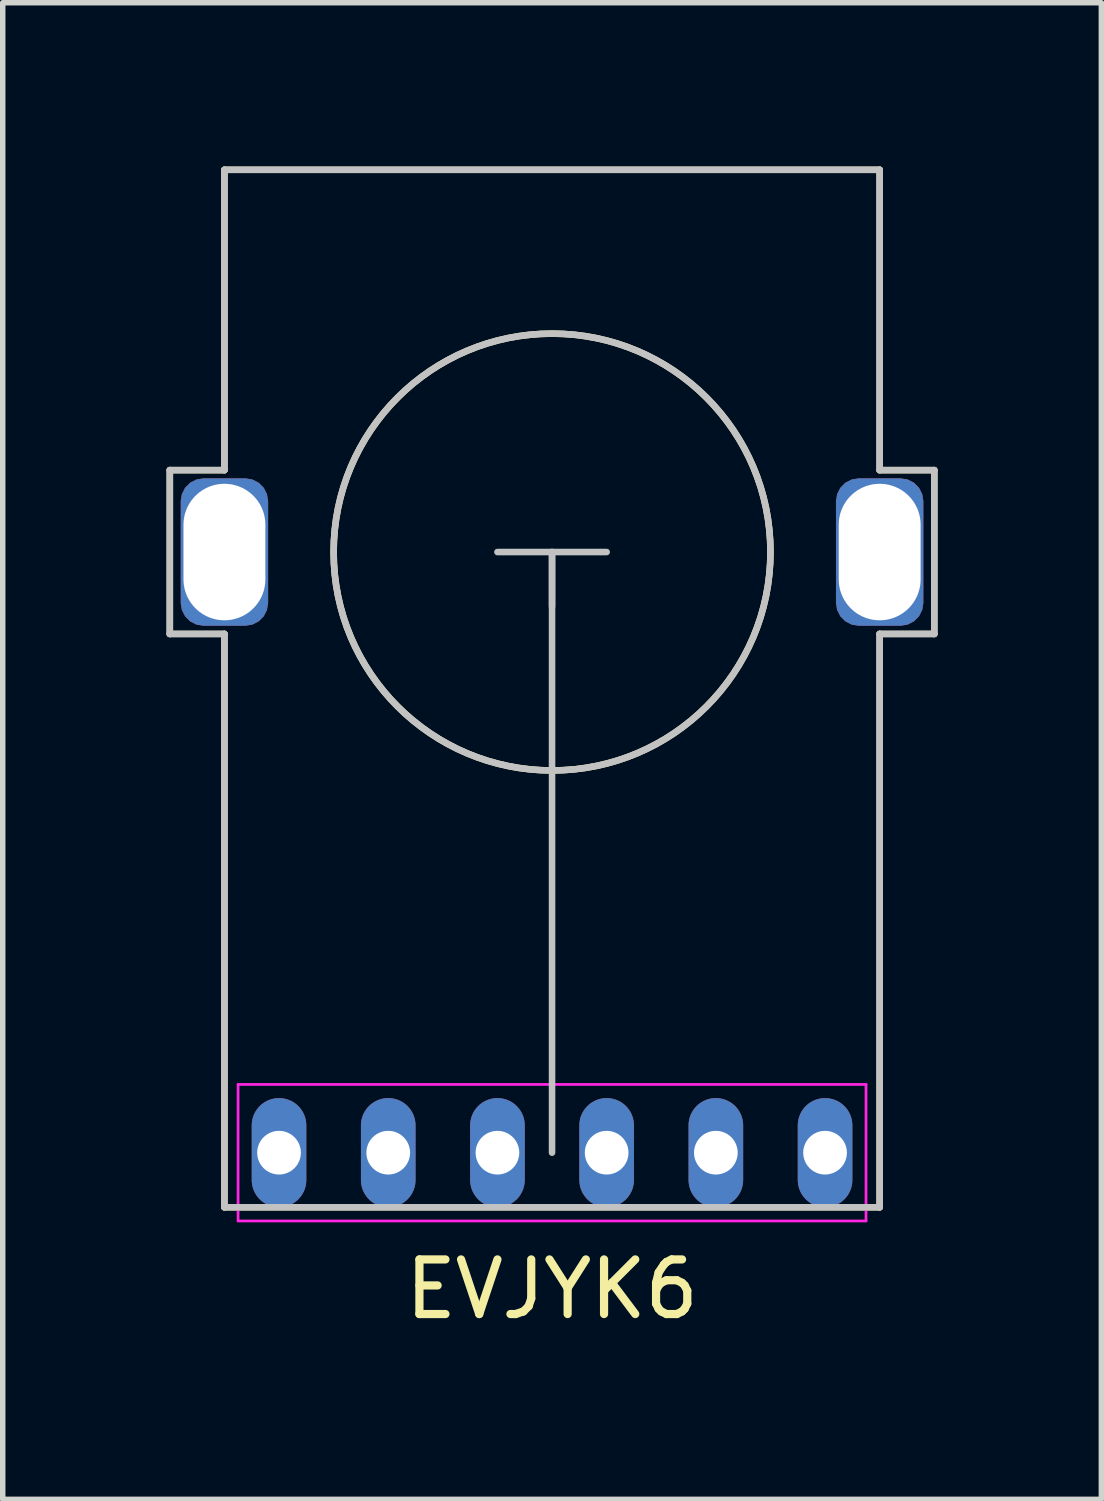
<source format=kicad_pcb>
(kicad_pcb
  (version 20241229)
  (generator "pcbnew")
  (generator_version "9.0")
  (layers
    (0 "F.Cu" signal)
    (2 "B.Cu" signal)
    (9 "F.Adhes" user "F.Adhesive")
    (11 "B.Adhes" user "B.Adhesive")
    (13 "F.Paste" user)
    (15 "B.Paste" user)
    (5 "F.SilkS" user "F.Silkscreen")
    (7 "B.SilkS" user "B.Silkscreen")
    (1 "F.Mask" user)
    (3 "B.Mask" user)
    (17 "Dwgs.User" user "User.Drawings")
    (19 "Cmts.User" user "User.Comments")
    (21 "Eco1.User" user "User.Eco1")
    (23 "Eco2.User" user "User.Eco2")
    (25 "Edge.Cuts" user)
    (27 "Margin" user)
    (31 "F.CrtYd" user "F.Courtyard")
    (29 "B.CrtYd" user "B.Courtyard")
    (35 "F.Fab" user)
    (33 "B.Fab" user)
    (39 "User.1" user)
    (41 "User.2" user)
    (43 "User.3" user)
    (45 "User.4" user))
  (footprint "EVJYK6"
    (layer "F.Cu")
    (at 7.06 18.06)
    (property "Reference" "EVJYK6" (at 0 2.5 0) (layer "F.SilkS") (effects (font (size 1 1) (thickness 0.15))))
    (attr through_hole)
    (fp_line (start -7 -12.5) (end -7 -9.5) (stroke (width 0.12) (type solid)) (layer "F.SilkS"))
    (fp_line (start -7 -9.5) (end -6 -9.5) (stroke (width 0.12) (type solid)) (layer "F.SilkS"))
    (fp_line (start -6 -18) (end -6 -12.5) (stroke (width 0.12) (type solid)) (layer "F.SilkS"))
    (fp_line (start -6 -18) (end 6 -18) (stroke (width 0.12) (type solid)) (layer "F.SilkS"))
    (fp_line (start -6 -12.5) (end -7 -12.5) (stroke (width 0.12) (type solid)) (layer "F.SilkS"))
    (fp_line (start -6 1) (end -6 -9.5) (stroke (width 0.12) (type solid)) (layer "F.SilkS"))
    (fp_line (start 6 -12.5) (end 6 -18) (stroke (width 0.12) (type solid)) (layer "F.SilkS"))
    (fp_line (start 6 -9.5) (end 6 1) (stroke (width 0.12) (type solid)) (layer "F.SilkS"))
    (fp_line (start 6 -9.5) (end 7 -9.5) (stroke (width 0.12) (type solid)) (layer "F.SilkS"))
    (fp_line (start 6 1) (end -6 1) (stroke (width 0.12) (type solid)) (layer "F.SilkS"))
    (fp_line (start 7 -12.5) (end 6 -12.5) (stroke (width 0.12) (type solid)) (layer "F.SilkS"))
    (fp_line (start 7 -9.5) (end 7 -12.5) (stroke (width 0.12) (type solid)) (layer "F.SilkS"))
    (fp_circle (center 0 -11) (end 4 -11) (stroke (width 0.12) (type solid)) (fill no) (layer "F.SilkS"))
    (fp_line (start -7 -12.5) (end -6 -12.5) (stroke (width 0.12) (type solid)) (layer "Dwgs.User"))
    (fp_line (start -7 -9.5) (end -7 -12.5) (stroke (width 0.12) (type solid)) (layer "Dwgs.User"))
    (fp_line (start -6 -12.5) (end -6 -18) (stroke (width 0.12) (type solid)) (layer "Dwgs.User"))
    (fp_line (start -6 -9.5) (end -7 -9.5) (stroke (width 0.12) (type solid)) (layer "Dwgs.User"))
    (fp_line (start -6 -9.5) (end -6 1) (stroke (width 0.12) (type solid)) (layer "Dwgs.User"))
    (fp_line (start -6 1) (end 6 1) (stroke (width 0.12) (type solid)) (layer "Dwgs.User"))
    (fp_line (start -1 -11) (end 1 -11) (stroke (width 0.12) (type solid)) (layer "Dwgs.User"))
    (fp_line (start 0 -11) (end 0 -10) (stroke (width 0.12) (type solid)) (layer "Dwgs.User"))
    (fp_line (start 0 0) (end 0 -11) (stroke (width 0.12) (type solid)) (layer "Dwgs.User"))
    (fp_line (start 6 -18) (end -6 -18) (stroke (width 0.12) (type solid)) (layer "Dwgs.User"))
    (fp_line (start 6 -12.5) (end 6 -18) (stroke (width 0.12) (type solid)) (layer "Dwgs.User"))
    (fp_line (start 6 -9.5) (end 7 -9.5) (stroke (width 0.12) (type solid)) (layer "Dwgs.User"))
    (fp_line (start 6 1) (end 6 -9.5) (stroke (width 0.12) (type solid)) (layer "Dwgs.User"))
    (fp_line (start 7 -12.5) (end 6 -12.5) (stroke (width 0.12) (type solid)) (layer "Dwgs.User"))
    (fp_line (start 7 -9.5) (end 7 -12.5) (stroke (width 0.12) (type solid)) (layer "Dwgs.User"))
    (fp_circle (center 0 -11) (end 4 -11) (stroke (width 0.12) (type solid)) (fill no) (layer "Dwgs.User"))
    (fp_line (start -5.75 -1.25) (end 5.75 -1.25) (stroke (width 0.05) (type solid)) (layer "F.CrtYd"))
    (fp_line (start -5.75 1.25) (end -5.75 -1.25) (stroke (width 0.05) (type solid)) (layer "F.CrtYd"))
    (fp_line (start 5.75 -1.25) (end 5.75 1.25) (stroke (width 0.05) (type solid)) (layer "F.CrtYd"))
    (fp_line (start 5.75 1.25) (end -5.75 1.25) (stroke (width 0.05) (type solid)) (layer "F.CrtYd"))
    (pad "" thru_hole roundrect (at -6 -11) (size 1.6 2.7) (drill oval 1.5 2.5) (layers "*.Cu" "*.Mask") (roundrect_rratio 0.262))
    (pad "" thru_hole roundrect (at 6 -11) (size 1.6 2.7) (drill oval 1.5 2.5) (layers "*.Cu" "*.Mask") (roundrect_rratio 0.262))
    (pad "1" thru_hole oval (at 5 0) (size 1 2) (drill 0.8) (layers "*.Cu" "*.Mask"))
    (pad "2" thru_hole oval (at -5 0) (size 1 2) (drill 0.8) (layers "*.Cu" "*.Mask"))
    (pad "3" thru_hole oval (at -3 0) (size 1 2) (drill 0.8) (layers "*.Cu" "*.Mask"))
    (pad "4" thru_hole oval (at -1 0) (size 1 2) (drill 0.8) (layers "*.Cu" "*.Mask"))
    (pad "5" thru_hole oval (at 1 0) (size 1 2) (drill 0.8) (layers "*.Cu" "*.Mask"))
    (pad "6" thru_hole oval (at 3 0) (size 1 2) (drill 0.8) (layers "*.Cu" "*.Mask")))
  (gr_rect
    (start -3 -3)
    (end 17.12 24.408)
    (stroke (width 0.1) (type default))
    (fill no)
    (layer "Edge.Cuts")))
</source>
